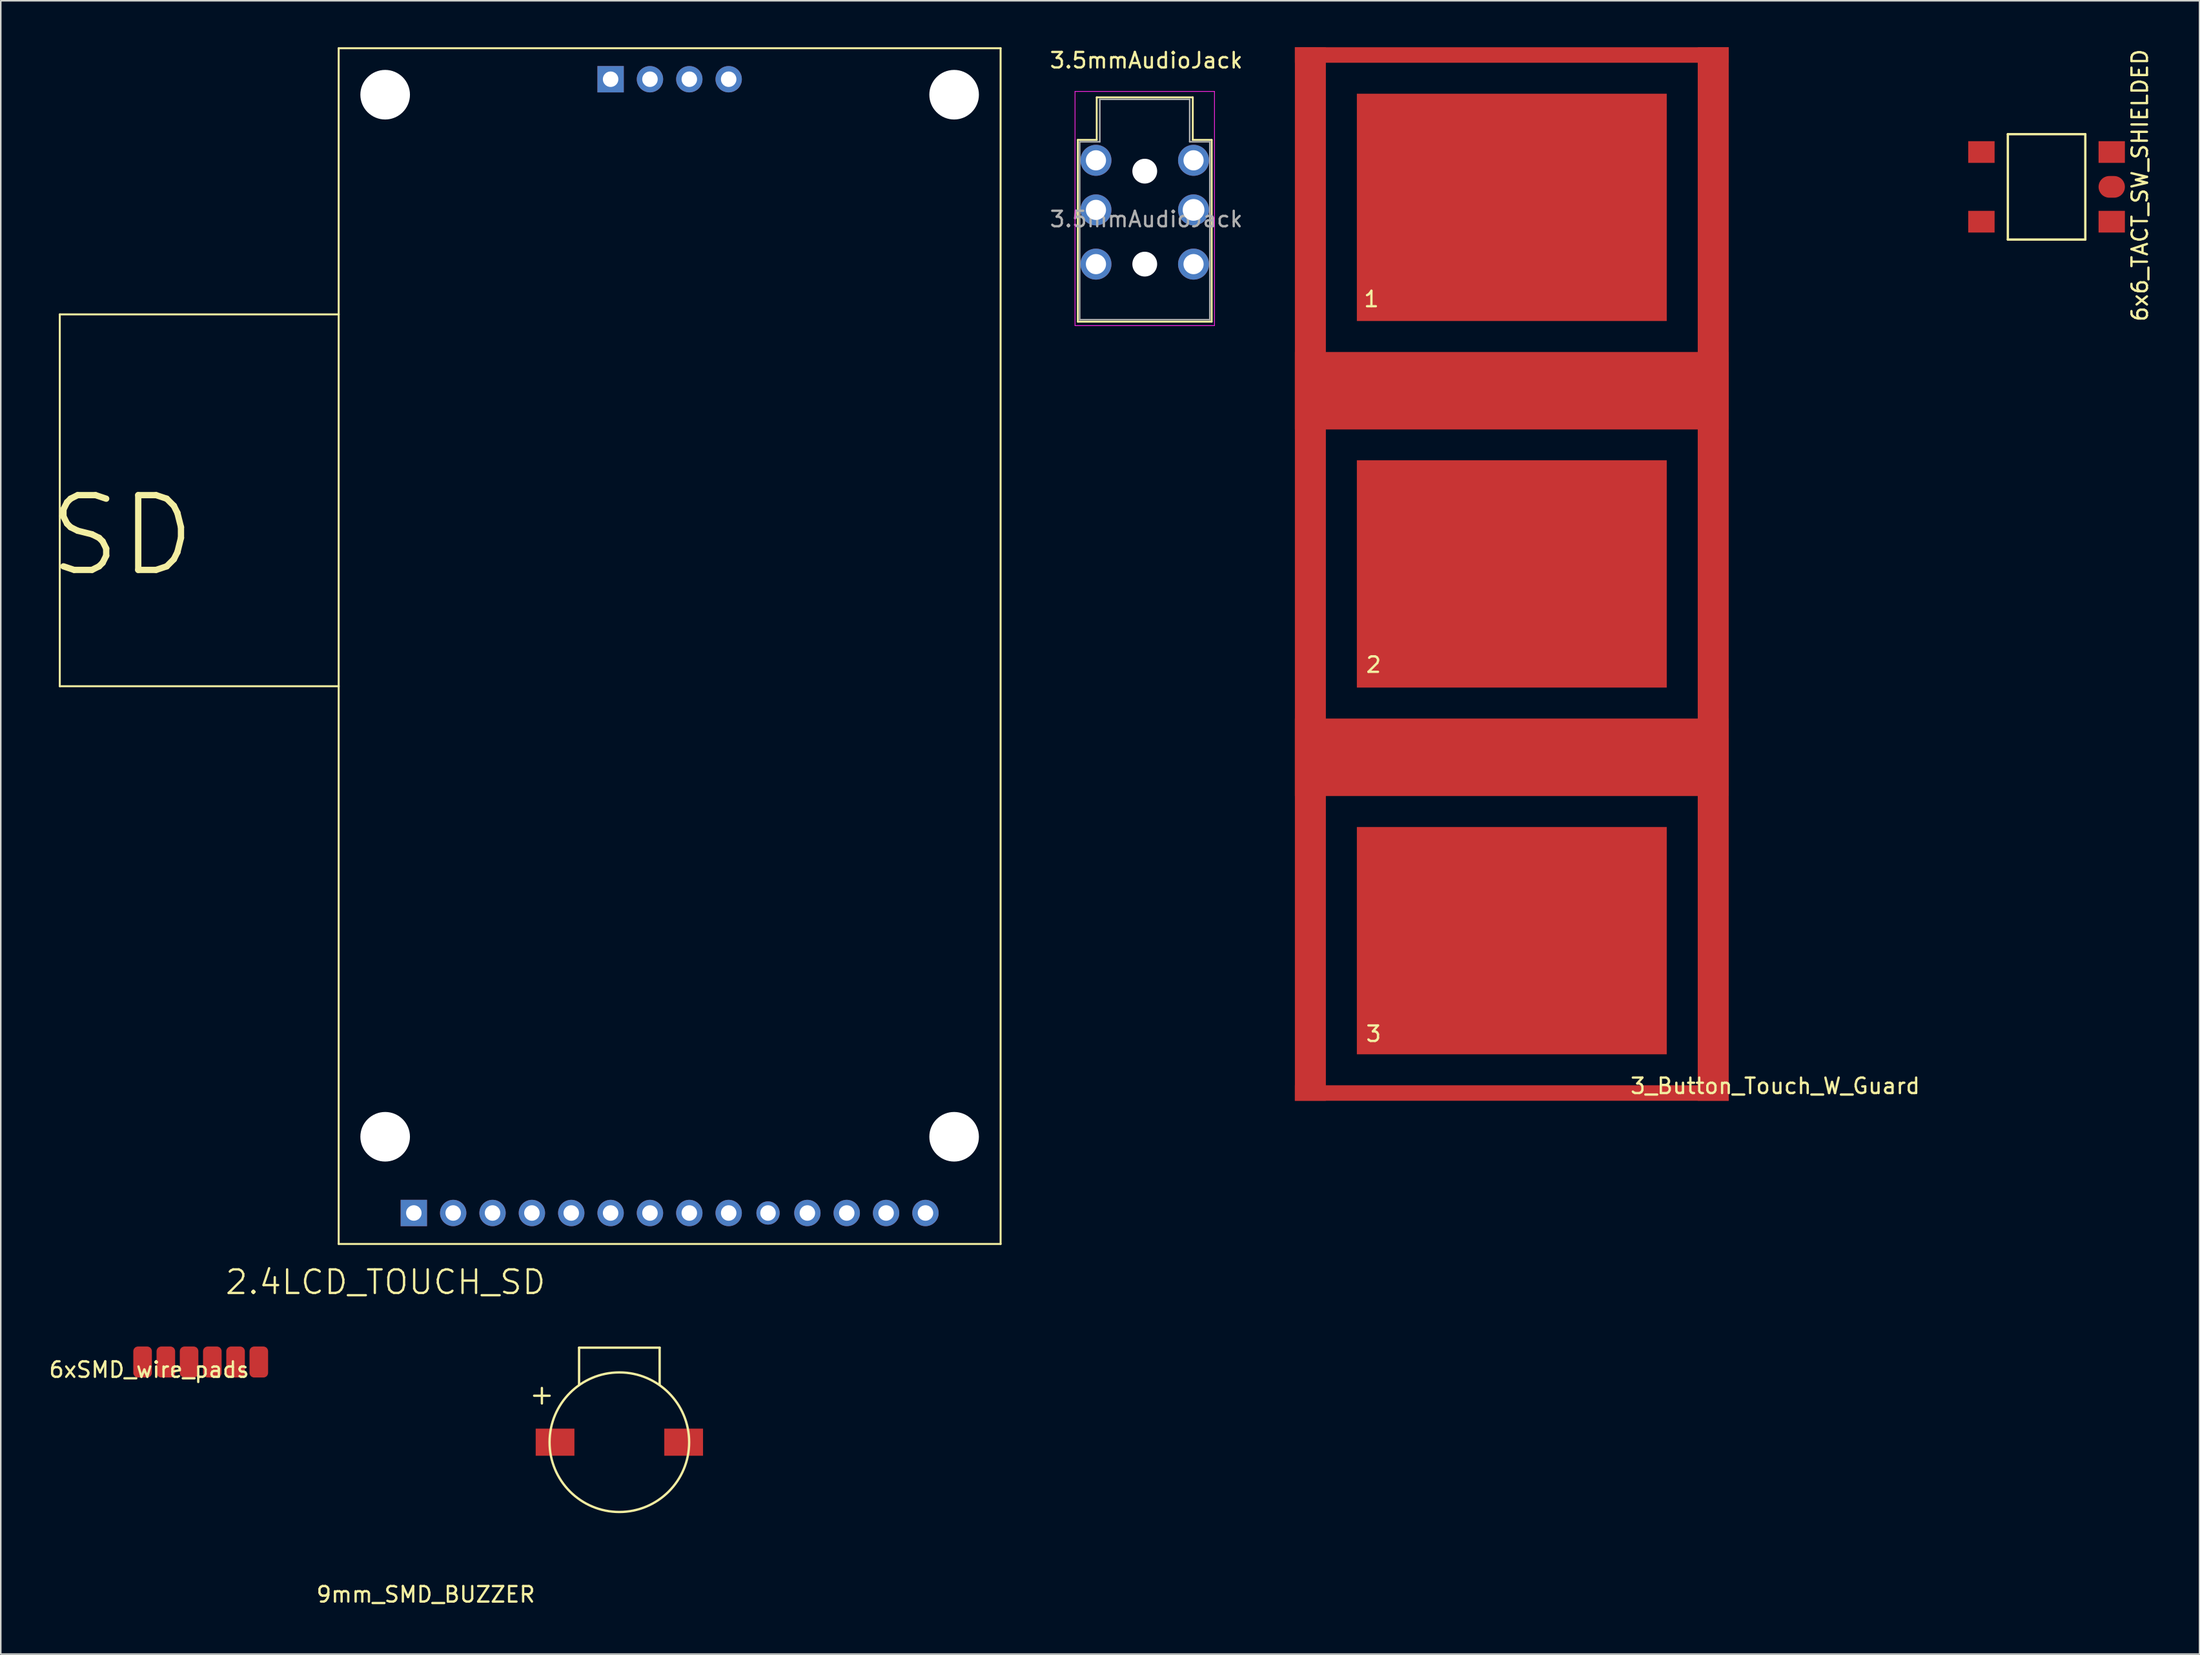
<source format=kicad_pcb>
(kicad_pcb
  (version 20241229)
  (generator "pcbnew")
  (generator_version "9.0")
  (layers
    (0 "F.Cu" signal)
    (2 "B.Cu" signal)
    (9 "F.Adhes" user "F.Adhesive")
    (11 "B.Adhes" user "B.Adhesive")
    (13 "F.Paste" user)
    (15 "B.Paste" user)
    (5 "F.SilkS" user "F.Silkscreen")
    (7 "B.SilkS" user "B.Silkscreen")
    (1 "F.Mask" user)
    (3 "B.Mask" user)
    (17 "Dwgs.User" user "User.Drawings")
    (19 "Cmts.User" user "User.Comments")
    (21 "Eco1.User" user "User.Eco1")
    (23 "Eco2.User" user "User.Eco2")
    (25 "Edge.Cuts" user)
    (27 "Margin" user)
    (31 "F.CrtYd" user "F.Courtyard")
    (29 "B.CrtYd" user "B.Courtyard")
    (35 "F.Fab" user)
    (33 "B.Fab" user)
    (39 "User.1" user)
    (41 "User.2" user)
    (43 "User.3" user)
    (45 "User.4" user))
  (footprint "3_Button_Touch_W_Guard"
    (layer "F.Cu")
    (at 80.52 68)
    (property "Reference" "3_Button_Touch_W_Guard" (at 31.001 -0.953 0) (layer "F.SilkS") (effects (font (size 1 1) (thickness 0.15))))
    (attr through_hole)
    (fp_text user "1" (at 4.94 -51.74 0) (layer "F.SilkS") (effects (font (size 1 1) (thickness 0.15))))
    (fp_text user "2" (at 5.08 -28.143 0) (layer "F.SilkS") (effects (font (size 1 1) (thickness 0.15))))
    (fp_text user "3" (at 5.08 -4.318 0) (layer "F.SilkS") (effects (font (size 1 1) (thickness 0.15))))
    (pad "1" smd rect (at 14 -57.665) (size 20 14.67) (layers "F.Cu"))
    (pad "2" smd rect (at 14 -34.005) (size 20 14.67) (layers "F.Cu"))
    (pad "3" smd rect (at 14 -10.335) (size 20 14.67) (layers "F.Cu"))
    (pad "4" smd rect (at 1 -34) (size 2 68) (layers "F.Cu"))
    (pad "4" smd rect (at 14 -67.5) (size 28 1) (layers "F.Cu"))
    (pad "4" smd rect (at 14 -45.83) (size 28 5) (layers "F.Cu"))
    (pad "4" smd rect (at 14 -22.17) (size 28 5) (layers "F.Cu"))
    (pad "4" smd rect (at 14 -0.5) (size 28 1) (layers "F.Cu"))
    (pad "4" smd rect (at 27 -34) (size 2 68) (layers "F.Cu")))
  (footprint "2.4LCD_TOUCH_SD"
    (layer "F.Cu")
    (at 18.808 77.243)
    (property "Reference" "2.4LCD_TOUCH_SD" (at 3.023 2.464 0) (layer "F.SilkS") (effects (font (size 1.524 1.524) (thickness 0.15))))
    (attr through_hole)
    (fp_line (start -18 -60) (end -18 -46.99) (stroke (width 0.127) (type solid)) (layer "F.SilkS"))
    (fp_line (start -18 -46.99) (end -18 -36) (stroke (width 0.127) (type solid)) (layer "F.SilkS"))
    (fp_line (start -18 -36) (end 0 -36) (stroke (width 0.127) (type solid)) (layer "F.SilkS"))
    (fp_line (start 0 -77.18) (end 42.72 -77.18) (stroke (width 0.127) (type solid)) (layer "F.SilkS"))
    (fp_line (start 0 -60) (end -18 -60) (stroke (width 0.127) (type solid)) (layer "F.SilkS"))
    (fp_line (start 0 -60) (end 0 -77.18) (stroke (width 0.127) (type solid)) (layer "F.SilkS"))
    (fp_line (start 0 -36) (end 0 -60) (stroke (width 0.127) (type solid)) (layer "F.SilkS"))
    (fp_line (start 0 0) (end 0 -36) (stroke (width 0.127) (type solid)) (layer "F.SilkS"))
    (fp_line (start 0 0) (end 42.72 0) (stroke (width 0.127) (type solid)) (layer "F.SilkS"))
    (fp_line (start 42.72 -77.18) (end 42.72 0) (stroke (width 0.127) (type solid)) (layer "F.SilkS"))
    (fp_text user "SD" (at -13.97 -45.72 0) (layer "F.SilkS") (effects (font (size 4.826 4.826) (thickness 0.406))))
    (pad "" np_thru_hole circle (at 3 -74.18) (size 3.2 3.2) (drill 3.2) (layers "*.Cu"))
    (pad "" np_thru_hole circle (at 3 -6.92) (size 3.2 3.2) (drill 3.2) (layers "*.Cu"))
    (pad "" np_thru_hole circle (at 39.72 -74.18) (size 3.2 3.2) (drill 3.2) (layers "*.Cu"))
    (pad "" np_thru_hole circle (at 39.72 -6.92) (size 3.2 3.2) (drill 3.2) (layers "*.Cu"))
    (pad "1" thru_hole rect (at 4.85 -2) (size 1.7 1.7) (drill 1) (layers "*.Cu" "*.Mask"))
    (pad "2" thru_hole circle (at 7.39 -2) (size 1.7 1.7) (drill 1) (layers "*.Cu" "*.Mask"))
    (pad "3" thru_hole circle (at 9.93 -2) (size 1.7 1.7) (drill 1) (layers "*.Cu" "*.Mask"))
    (pad "4" thru_hole circle (at 12.47 -2) (size 1.7 1.7) (drill 1) (layers "*.Cu" "*.Mask"))
    (pad "5" thru_hole circle (at 15.01 -2) (size 1.7 1.7) (drill 1) (layers "*.Cu" "*.Mask"))
    (pad "6" thru_hole circle (at 17.55 -2) (size 1.7 1.7) (drill 1) (layers "*.Cu" "*.Mask"))
    (pad "7" thru_hole circle (at 20.09 -2) (size 1.7 1.7) (drill 1) (layers "*.Cu" "*.Mask"))
    (pad "8" thru_hole circle (at 22.63 -2) (size 1.7 1.7) (drill 1) (layers "*.Cu" "*.Mask"))
    (pad "9" thru_hole circle (at 25.17 -2) (size 1.7 1.7) (drill 1) (layers "*.Cu" "*.Mask"))
    (pad "10" thru_hole circle (at 27.71 -2) (size 1.5 1.5) (drill 1) (layers "*.Cu" "*.Mask"))
    (pad "11" thru_hole circle (at 30.25 -2) (size 1.7 1.7) (drill 1) (layers "*.Cu" "*.Mask"))
    (pad "12" thru_hole circle (at 32.79 -2) (size 1.7 1.7) (drill 1) (layers "*.Cu" "*.Mask"))
    (pad "13" thru_hole circle (at 35.33 -2) (size 1.7 1.7) (drill 1) (layers "*.Cu" "*.Mask"))
    (pad "14" thru_hole circle (at 37.87 -2) (size 1.7 1.7) (drill 1) (layers "*.Cu" "*.Mask"))
    (pad "15" thru_hole rect (at 17.55 -75.18) (size 1.7 1.7) (drill 1) (layers "*.Cu" "*.Mask"))
    (pad "16" thru_hole circle (at 20.09 -75.18) (size 1.7 1.7) (drill 1) (layers "*.Cu" "*.Mask"))
    (pad "17" thru_hole circle (at 22.63 -75.18) (size 1.7 1.7) (drill 1) (layers "*.Cu" "*.Mask"))
    (pad "18" thru_hole circle (at 25.17 -75.18) (size 1.7 1.7) (drill 1) (layers "*.Cu" "*.Mask")))
  (footprint "6xSMD_wire_pads"
    (layer "F.Cu")
    (at 11.403 84.862)
    (property "Reference" "6xSMD_wire_pads" (at -4.826 0.5 0) (layer "F.SilkS") (effects (font (size 1 1) (thickness 0.15))))
    (attr through_hole)
    (pad "1" smd roundrect (at -5.25 0 180) (size 1.2 2) (layers "F.Cu" "F.Mask" "F.Paste") (roundrect_rratio 0.25))
    (pad "2" smd roundrect (at -3.75 0 180) (size 1.2 2) (layers "F.Cu" "F.Mask" "F.Paste") (roundrect_rratio 0.25))
    (pad "3" smd roundrect (at -2.25 0) (size 1.2 2) (layers "F.Cu" "F.Mask" "F.Paste") (roundrect_rratio 0.25))
    (pad "4" smd roundrect (at -0.75 0) (size 1.2 2) (layers "F.Cu" "F.Mask" "F.Paste") (roundrect_rratio 0.25))
    (pad "5" smd roundrect (at 0.75 0) (size 1.2 2) (layers "F.Cu" "F.Mask" "F.Paste") (roundrect_rratio 0.25))
    (pad "6" smd roundrect (at 2.25 0) (size 1.2 2) (layers "F.Cu" "F.Mask" "F.Paste") (roundrect_rratio 0.25)))
  (footprint "6x6_TACT_SW_SHIELDED"
    (layer "F.Cu")
    (at 129.034 9.011)
    (property "Reference" "6x6_TACT_SW_SHIELDED" (at 6.023 -0.1 90) (layer "F.SilkS") (effects (font (size 1 1) (thickness 0.15))))
    (attr through_hole)
    (fp_line (start -2.5 -3.4) (end 2.5 -3.4) (stroke (width 0.15) (type solid)) (layer "F.SilkS"))
    (fp_line (start -2.5 3.4) (end -2.5 -3.4) (stroke (width 0.15) (type solid)) (layer "F.SilkS"))
    (fp_line (start 2.5 -3.4) (end 2.5 3.4) (stroke (width 0.15) (type solid)) (layer "F.SilkS"))
    (fp_line (start 2.5 3.4) (end -2.5 3.4) (stroke (width 0.15) (type solid)) (layer "F.SilkS"))
    (pad "1" smd rect (at -4.205 -2.248) (size 1.7 1.4) (layers "F.Cu" "F.Mask" "F.Paste"))
    (pad "1" smd rect (at 4.205 -2.248) (size 1.7 1.4) (layers "F.Cu" "F.Mask" "F.Paste"))
    (pad "2" smd rect (at -4.205 2.248) (size 1.7 1.4) (layers "F.Cu" "F.Mask" "F.Paste"))
    (pad "2" smd rect (at 4.205 2.248) (size 1.7 1.4) (layers "F.Cu" "F.Mask" "F.Paste"))
    (pad "3" smd oval (at 4.205 0) (size 1.7 1.4) (layers "F.Cu" "F.Mask" "F.Paste")))
  (footprint "9mm_SMD_BUZZER"
    (layer "F.Cu")
    (at 36.923 90.037)
    (property "Reference" "9mm_SMD_BUZZER" (at -12.497 9.83 0) (layer "F.SilkS") (effects (font (size 1 1) (thickness 0.15))))
    (attr through_hole)
    (fp_line (start -5.5 -3) (end -4.5 -3) (stroke (width 0.15) (type solid)) (layer "F.SilkS"))
    (fp_line (start -5 -3.5) (end -5 -2.5) (stroke (width 0.15) (type solid)) (layer "F.SilkS"))
    (fp_line (start -2.6 -6.1) (end 2.6 -6.1) (stroke (width 0.15) (type solid)) (layer "F.SilkS"))
    (fp_line (start -2.6 -3.7) (end -2.6 -6.1) (stroke (width 0.15) (type solid)) (layer "F.SilkS"))
    (fp_line (start 2.6 -6.1) (end 2.6 -3.7) (stroke (width 0.15) (type solid)) (layer "F.SilkS"))
    (fp_circle (center 0 0) (end 4.5 0.2) (stroke (width 0.15) (type solid)) (fill no) (layer "F.SilkS"))
    (pad "1" smd rect (at -4.15 0) (size 2.5 1.75) (layers "F.Cu" "F.Mask" "F.Paste"))
    (pad "2" smd rect (at 4.15 0) (size 2.5 1.75) (layers "F.Cu" "F.Mask" "F.Paste")))
  (footprint "3.5mmAudioJack"
    (layer "F.Cu")
    (at 70.831 7.298)
    (property "Reference" "3.5mmAudioJack" (at 0.1 -6.45 0) (layer "F.SilkS") (effects (font (size 1 1) (thickness 0.15))))
    (attr through_hole)
    (fp_line (start -4.32 10.414) (end -4.32 -1.32) (stroke (width 0.12) (type solid)) (layer "F.SilkS"))
    (fp_line (start -4.318 -1.32) (end -3.1 -1.32) (stroke (width 0.12) (type solid)) (layer "F.SilkS"))
    (fp_line (start -3.1 -4.064) (end 3.1 -4.064) (stroke (width 0.12) (type solid)) (layer "F.SilkS"))
    (fp_line (start -3.1 -1.32) (end -3.1 -4.064) (stroke (width 0.12) (type solid)) (layer "F.SilkS"))
    (fp_line (start 3.1 -4.064) (end 3.1 -1.32) (stroke (width 0.12) (type solid)) (layer "F.SilkS"))
    (fp_line (start 3.1 -1.32) (end 4.318 -1.32) (stroke (width 0.12) (type solid)) (layer "F.SilkS"))
    (fp_line (start 4.318 10.414) (end -4.32 10.414) (stroke (width 0.12) (type solid)) (layer "F.SilkS"))
    (fp_line (start 4.32 -1.32) (end 4.32 10.414) (stroke (width 0.12) (type solid)) (layer "F.SilkS"))
    (fp_line (start -4.5 -4.445) (end -4.5 10.668) (stroke (width 0.05) (type solid)) (layer "F.CrtYd"))
    (fp_line (start -4.5 10.668) (end 4.5 10.668) (stroke (width 0.05) (type solid)) (layer "F.CrtYd"))
    (fp_line (start 4.5 -4.445) (end -4.501 -4.445) (stroke (width 0.05) (type solid)) (layer "F.CrtYd"))
    (fp_line (start 4.5 10.668) (end 4.5 -4.445) (stroke (width 0.05) (type solid)) (layer "F.CrtYd"))
    (fp_line (start -4.2 10.287) (end -4.2 -1.2) (stroke (width 0.1) (type solid)) (layer "F.Fab"))
    (fp_line (start -4.191 -1.2) (end -2.9 -1.2) (stroke (width 0.1) (type solid)) (layer "F.Fab"))
    (fp_line (start -2.9 -3.937) (end 2.9 -3.937) (stroke (width 0.1) (type solid)) (layer "F.Fab"))
    (fp_line (start -2.9 -1.2) (end -2.9 -3.937) (stroke (width 0.1) (type solid)) (layer "F.Fab"))
    (fp_line (start 2.9 -3.937) (end 2.9 -1.2) (stroke (width 0.1) (type solid)) (layer "F.Fab"))
    (fp_line (start 2.9 -1.2) (end 4.2 -1.2) (stroke (width 0.1) (type solid)) (layer "F.Fab"))
    (fp_line (start 4.2 -1.2) (end 4.2 10.287) (stroke (width 0.1) (type solid)) (layer "F.Fab"))
    (fp_line (start 4.2 10.287) (end -4.2 10.287) (stroke (width 0.1) (type solid)) (layer "F.Fab"))
    (fp_text user "${REFERENCE}" (at 0.1 3.8 0) (layer "F.Fab") (effects (font (size 1 1) (thickness 0.15))))
    (pad "" np_thru_hole circle (at 0 0.7) (size 1.6 1.6) (drill 1.6) (layers "*.Cu" "*.Mask"))
    (pad "" np_thru_hole circle (at 0 6.7) (size 1.6 1.6) (drill 1.6) (layers "*.Cu" "*.Mask"))
    (pad "R" thru_hole circle (at -3.15 3.2) (size 2 2) (drill 1.3) (layers "*.Cu" "*.Mask"))
    (pad "R" thru_hole circle (at 3.15 3.2) (size 2 2) (drill 1.4) (layers "*.Cu" "*.Mask"))
    (pad "S" thru_hole circle (at -3.15 0) (size 2 2) (drill 1.3) (layers "*.Cu" "*.Mask"))
    (pad "S" thru_hole circle (at 3.15 0) (size 2 2) (drill 1.3) (layers "*.Cu" "*.Mask"))
    (pad "T" thru_hole circle (at -3.15 6.7) (size 2 2) (drill 1.3) (layers "*.Cu" "*.Mask"))
    (pad "T" thru_hole circle (at 3.15 6.7) (size 2 2) (drill 1.3) (layers "*.Cu" "*.Mask")))
  (gr_rect
    (start -3 -3)
    (end 138.906 103.715)
    (stroke (width 0.1) (type default))
    (fill no)
    (layer "Edge.Cuts")))
</source>
